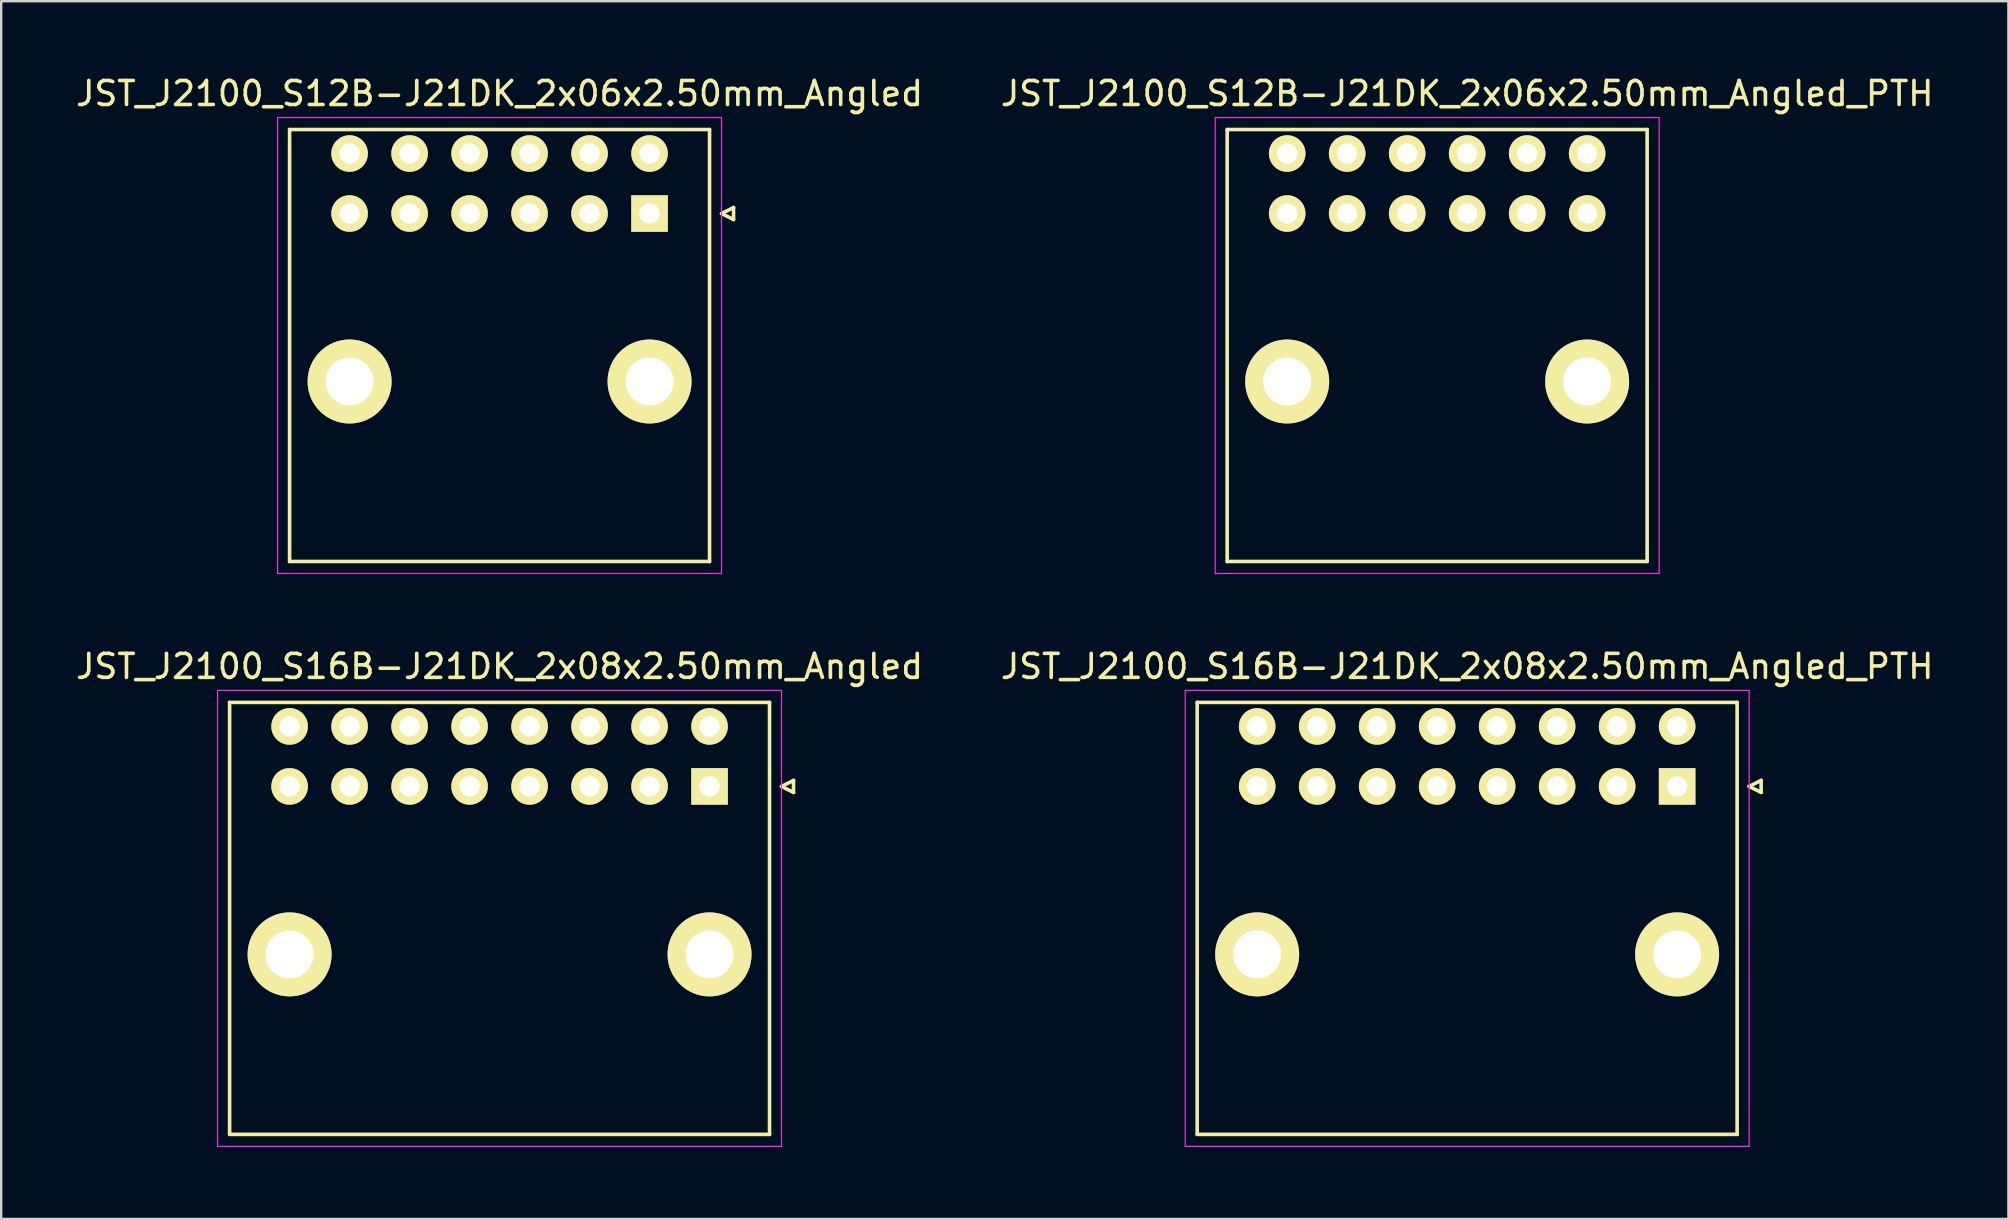
<source format=kicad_pcb>
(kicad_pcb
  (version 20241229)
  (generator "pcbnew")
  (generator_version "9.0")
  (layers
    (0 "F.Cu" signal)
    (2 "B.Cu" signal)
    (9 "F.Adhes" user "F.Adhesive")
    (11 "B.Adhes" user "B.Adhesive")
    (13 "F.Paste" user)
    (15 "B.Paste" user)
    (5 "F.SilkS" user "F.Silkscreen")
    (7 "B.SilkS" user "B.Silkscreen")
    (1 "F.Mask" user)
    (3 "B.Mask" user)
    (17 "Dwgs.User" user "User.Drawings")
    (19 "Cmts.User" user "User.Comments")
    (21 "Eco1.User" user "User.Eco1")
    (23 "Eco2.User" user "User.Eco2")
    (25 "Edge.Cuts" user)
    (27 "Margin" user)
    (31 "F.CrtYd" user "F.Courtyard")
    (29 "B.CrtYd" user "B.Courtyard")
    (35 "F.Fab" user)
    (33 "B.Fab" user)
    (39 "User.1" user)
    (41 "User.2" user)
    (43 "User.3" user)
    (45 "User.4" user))
  (footprint "JST_J2100_S16B-J21DK_2x08x2.50mm_Angled"
    (layer "F.Cu")
    (at 26.518 29.721)
    (property "Reference" "JST_J2100_S16B-J21DK_2x08x2.50mm_Angled" (at -8.75 -5 0) (layer "F.SilkS") (effects (font (size 1 1) (thickness 0.15))))
    (attr through_hole)
    (fp_line (start -20 -3.5) (end -20 14.5) (stroke (width 0.15) (type solid)) (layer "F.SilkS"))
    (fp_line (start 2.5 -3.5) (end -20 -3.5) (stroke (width 0.15) (type solid)) (layer "F.SilkS"))
    (fp_line (start 2.5 -3.5) (end 2.5 14.5) (stroke (width 0.15) (type solid)) (layer "F.SilkS"))
    (fp_line (start 2.5 14.5) (end -20 14.5) (stroke (width 0.15) (type solid)) (layer "F.SilkS"))
    (fp_line (start 3 0) (end 3.5 -0.25) (stroke (width 0.15) (type solid)) (layer "F.SilkS"))
    (fp_line (start 3.5 -0.25) (end 3.5 0.25) (stroke (width 0.15) (type solid)) (layer "F.SilkS"))
    (fp_line (start 3.5 0.25) (end 3 0) (stroke (width 0.15) (type solid)) (layer "F.SilkS"))
    (fp_line (start -20.5 -4) (end -20.5 15) (stroke (width 0.05) (type solid)) (layer "F.CrtYd"))
    (fp_line (start -20.5 15) (end 3 15) (stroke (width 0.05) (type solid)) (layer "F.CrtYd"))
    (fp_line (start 3 -4) (end -20.5 -4) (stroke (width 0.05) (type solid)) (layer "F.CrtYd"))
    (fp_line (start 3 15) (end 3 -4) (stroke (width 0.05) (type solid)) (layer "F.CrtYd"))
    (pad "" np_thru_hole circle (at -17.5 7) (size 3.5 3.5) (drill 2) (layers "*.Cu" "*.Mask" "F.SilkS"))
    (pad "" np_thru_hole circle (at 0 7) (size 3.5 3.5) (drill 2) (layers "*.Cu" "*.Mask" "F.SilkS"))
    (pad "1" thru_hole rect (at 0 0) (size 1.524 1.524) (drill 0.85) (layers "*.Cu" "*.Mask" "F.SilkS"))
    (pad "2" thru_hole circle (at 0 -2.5) (size 1.524 1.524) (drill 0.85) (layers "*.Cu" "*.Mask" "F.SilkS"))
    (pad "3" thru_hole circle (at -2.5 0) (size 1.524 1.524) (drill 0.85) (layers "*.Cu" "*.Mask" "F.SilkS"))
    (pad "4" thru_hole circle (at -2.5 -2.5) (size 1.524 1.524) (drill 0.85) (layers "*.Cu" "*.Mask" "F.SilkS"))
    (pad "5" thru_hole circle (at -5 0) (size 1.524 1.524) (drill 0.85) (layers "*.Cu" "*.Mask" "F.SilkS"))
    (pad "6" thru_hole circle (at -5 -2.5) (size 1.524 1.524) (drill 0.85) (layers "*.Cu" "*.Mask" "F.SilkS"))
    (pad "7" thru_hole circle (at -7.5 0) (size 1.524 1.524) (drill 0.85) (layers "*.Cu" "*.Mask" "F.SilkS"))
    (pad "8" thru_hole circle (at -7.5 -2.5) (size 1.524 1.524) (drill 0.85) (layers "*.Cu" "*.Mask" "F.SilkS"))
    (pad "9" thru_hole circle (at -10 0) (size 1.524 1.524) (drill 0.85) (layers "*.Cu" "*.Mask" "F.SilkS"))
    (pad "10" thru_hole circle (at -12.5 0) (size 1.524 1.524) (drill 0.85) (layers "*.Cu" "*.Mask" "F.SilkS"))
    (pad "10" thru_hole circle (at -10 -2.5) (size 1.524 1.524) (drill 0.85) (layers "*.Cu" "*.Mask" "F.SilkS"))
    (pad "12" thru_hole circle (at -12.5 -2.5) (size 1.524 1.524) (drill 0.85) (layers "*.Cu" "*.Mask" "F.SilkS"))
    (pad "13" thru_hole circle (at -15 0) (size 1.524 1.524) (drill 0.85) (layers "*.Cu" "*.Mask" "F.SilkS"))
    (pad "14" thru_hole circle (at -15 -2.5) (size 1.524 1.524) (drill 0.85) (layers "*.Cu" "*.Mask" "F.SilkS"))
    (pad "15" thru_hole circle (at -17.5 0) (size 1.524 1.524) (drill 0.85) (layers "*.Cu" "*.Mask" "F.SilkS"))
    (pad "16" thru_hole circle (at -17.5 -2.5) (size 1.524 1.524) (drill 0.85) (layers "*.Cu" "*.Mask" "F.SilkS")))
  (footprint "JST_J2100_S12B-J21DK_2x06x2.50mm_Angled_PTH"
    (layer "F.Cu")
    (at 63.089 5.848)
    (property "Reference" "JST_J2100_S12B-J21DK_2x06x2.50mm_Angled_PTH" (at -5 -5 0) (layer "F.SilkS") (effects (font (size 1 1) (thickness 0.15))))
    (attr through_hole)
    (fp_line (start -15 -3.5) (end -15 14.5) (stroke (width 0.15) (type solid)) (layer "F.SilkS"))
    (fp_line (start 2.5 -3.5) (end -15 -3.5) (stroke (width 0.15) (type solid)) (layer "F.SilkS"))
    (fp_line (start 2.5 -3.5) (end 2.5 14.5) (stroke (width 0.15) (type solid)) (layer "F.SilkS"))
    (fp_line (start 2.5 14.5) (end -15 14.5) (stroke (width 0.15) (type solid)) (layer "F.SilkS"))
    (fp_line (start -15.5 -4) (end -15.5 15) (stroke (width 0.05) (type solid)) (layer "F.CrtYd"))
    (fp_line (start -15.5 15) (end 3 15) (stroke (width 0.05) (type solid)) (layer "F.CrtYd"))
    (fp_line (start 3 -4) (end -15.5 -4) (stroke (width 0.05) (type solid)) (layer "F.CrtYd"))
    (fp_line (start 3 15) (end 3 -4) (stroke (width 0.05) (type solid)) (layer "F.CrtYd"))
    (pad "" np_thru_hole circle (at -12.5 7) (size 3.5 3.5) (drill 2) (layers "*.Cu" "*.Mask" "F.SilkS"))
    (pad "" np_thru_hole circle (at 0 7) (size 3.5 3.5) (drill 2) (layers "*.Cu" "*.Mask" "F.SilkS"))
    (pad "1" thru_hole circle (at 0 0) (size 1.524 1.524) (drill 0.85) (layers "*.Cu" "*.Mask" "F.SilkS"))
    (pad "2" thru_hole circle (at 0 -2.5) (size 1.524 1.524) (drill 0.85) (layers "*.Cu" "*.Mask" "F.SilkS"))
    (pad "3" thru_hole circle (at -2.5 0) (size 1.524 1.524) (drill 0.85) (layers "*.Cu" "*.Mask" "F.SilkS"))
    (pad "4" thru_hole circle (at -2.5 -2.5) (size 1.524 1.524) (drill 0.85) (layers "*.Cu" "*.Mask" "F.SilkS"))
    (pad "5" thru_hole circle (at -5 0) (size 1.524 1.524) (drill 0.85) (layers "*.Cu" "*.Mask" "F.SilkS"))
    (pad "6" thru_hole circle (at -5 -2.5) (size 1.524 1.524) (drill 0.85) (layers "*.Cu" "*.Mask" "F.SilkS"))
    (pad "7" thru_hole circle (at -7.5 0) (size 1.524 1.524) (drill 0.85) (layers "*.Cu" "*.Mask" "F.SilkS"))
    (pad "8" thru_hole circle (at -7.5 -2.5) (size 1.524 1.524) (drill 0.85) (layers "*.Cu" "*.Mask" "F.SilkS"))
    (pad "9" thru_hole circle (at -10 0) (size 1.524 1.524) (drill 0.85) (layers "*.Cu" "*.Mask" "F.SilkS"))
    (pad "10" thru_hole circle (at -12.5 0) (size 1.524 1.524) (drill 0.85) (layers "*.Cu" "*.Mask" "F.SilkS"))
    (pad "10" thru_hole circle (at -10 -2.5) (size 1.524 1.524) (drill 0.85) (layers "*.Cu" "*.Mask" "F.SilkS"))
    (pad "12" thru_hole circle (at -12.5 -2.5) (size 1.524 1.524) (drill 0.85) (layers "*.Cu" "*.Mask" "F.SilkS")))
  (footprint "JST_J2100_S12B-J21DK_2x06x2.50mm_Angled"
    (layer "F.Cu")
    (at 24.018 5.848)
    (property "Reference" "JST_J2100_S12B-J21DK_2x06x2.50mm_Angled" (at -6.25 -5 0) (layer "F.SilkS") (effects (font (size 1 1) (thickness 0.15))))
    (attr through_hole)
    (fp_line (start -15 -3.5) (end -15 14.5) (stroke (width 0.15) (type solid)) (layer "F.SilkS"))
    (fp_line (start 2.5 -3.5) (end -15 -3.5) (stroke (width 0.15) (type solid)) (layer "F.SilkS"))
    (fp_line (start 2.5 -3.5) (end 2.5 14.5) (stroke (width 0.15) (type solid)) (layer "F.SilkS"))
    (fp_line (start 2.5 14.5) (end -15 14.5) (stroke (width 0.15) (type solid)) (layer "F.SilkS"))
    (fp_line (start 3 0) (end 3.5 -0.25) (stroke (width 0.15) (type solid)) (layer "F.SilkS"))
    (fp_line (start 3.5 -0.25) (end 3.5 0.25) (stroke (width 0.15) (type solid)) (layer "F.SilkS"))
    (fp_line (start 3.5 0.25) (end 3 0) (stroke (width 0.15) (type solid)) (layer "F.SilkS"))
    (fp_line (start -15.5 -4) (end -15.5 15) (stroke (width 0.05) (type solid)) (layer "F.CrtYd"))
    (fp_line (start -15.5 15) (end 3 15) (stroke (width 0.05) (type solid)) (layer "F.CrtYd"))
    (fp_line (start 3 -4) (end -15.5 -4) (stroke (width 0.05) (type solid)) (layer "F.CrtYd"))
    (fp_line (start 3 15) (end 3 -4) (stroke (width 0.05) (type solid)) (layer "F.CrtYd"))
    (pad "" np_thru_hole circle (at -12.5 7) (size 3.5 3.5) (drill 2) (layers "*.Cu" "*.Mask" "F.SilkS"))
    (pad "" np_thru_hole circle (at 0 7) (size 3.5 3.5) (drill 2) (layers "*.Cu" "*.Mask" "F.SilkS"))
    (pad "1" thru_hole rect (at 0 0) (size 1.524 1.524) (drill 0.85) (layers "*.Cu" "*.Mask" "F.SilkS"))
    (pad "2" thru_hole circle (at 0 -2.5) (size 1.524 1.524) (drill 0.85) (layers "*.Cu" "*.Mask" "F.SilkS"))
    (pad "3" thru_hole circle (at -2.5 0) (size 1.524 1.524) (drill 0.85) (layers "*.Cu" "*.Mask" "F.SilkS"))
    (pad "4" thru_hole circle (at -2.5 -2.5) (size 1.524 1.524) (drill 0.85) (layers "*.Cu" "*.Mask" "F.SilkS"))
    (pad "5" thru_hole circle (at -5 0) (size 1.524 1.524) (drill 0.85) (layers "*.Cu" "*.Mask" "F.SilkS"))
    (pad "6" thru_hole circle (at -5 -2.5) (size 1.524 1.524) (drill 0.85) (layers "*.Cu" "*.Mask" "F.SilkS"))
    (pad "7" thru_hole circle (at -7.5 0) (size 1.524 1.524) (drill 0.85) (layers "*.Cu" "*.Mask" "F.SilkS"))
    (pad "8" thru_hole circle (at -7.5 -2.5) (size 1.524 1.524) (drill 0.85) (layers "*.Cu" "*.Mask" "F.SilkS"))
    (pad "9" thru_hole circle (at -10 0) (size 1.524 1.524) (drill 0.85) (layers "*.Cu" "*.Mask" "F.SilkS"))
    (pad "10" thru_hole circle (at -12.5 0) (size 1.524 1.524) (drill 0.85) (layers "*.Cu" "*.Mask" "F.SilkS"))
    (pad "10" thru_hole circle (at -10 -2.5) (size 1.524 1.524) (drill 0.85) (layers "*.Cu" "*.Mask" "F.SilkS"))
    (pad "12" thru_hole circle (at -12.5 -2.5) (size 1.524 1.524) (drill 0.85) (layers "*.Cu" "*.Mask" "F.SilkS")))
  (footprint "JST_J2100_S16B-J21DK_2x08x2.50mm_Angled_PTH"
    (layer "F.Cu")
    (at 66.839 29.721)
    (property "Reference" "JST_J2100_S16B-J21DK_2x08x2.50mm_Angled_PTH" (at -8.75 -5 0) (layer "F.SilkS") (effects (font (size 1 1) (thickness 0.15))))
    (attr through_hole)
    (fp_line (start -20 -3.5) (end -20 14.5) (stroke (width 0.15) (type solid)) (layer "F.SilkS"))
    (fp_line (start 2.5 -3.5) (end -20 -3.5) (stroke (width 0.15) (type solid)) (layer "F.SilkS"))
    (fp_line (start 2.5 -3.5) (end 2.5 14.5) (stroke (width 0.15) (type solid)) (layer "F.SilkS"))
    (fp_line (start 2.5 14.5) (end -20 14.5) (stroke (width 0.15) (type solid)) (layer "F.SilkS"))
    (fp_line (start 3 0) (end 3.5 -0.25) (stroke (width 0.15) (type solid)) (layer "F.SilkS"))
    (fp_line (start 3.5 -0.25) (end 3.5 0.25) (stroke (width 0.15) (type solid)) (layer "F.SilkS"))
    (fp_line (start 3.5 0.25) (end 3 0) (stroke (width 0.15) (type solid)) (layer "F.SilkS"))
    (fp_line (start -20.5 -4) (end -20.5 15) (stroke (width 0.05) (type solid)) (layer "F.CrtYd"))
    (fp_line (start -20.5 15) (end 3 15) (stroke (width 0.05) (type solid)) (layer "F.CrtYd"))
    (fp_line (start 3 -4) (end -20.5 -4) (stroke (width 0.05) (type solid)) (layer "F.CrtYd"))
    (fp_line (start 3 15) (end 3 -4) (stroke (width 0.05) (type solid)) (layer "F.CrtYd"))
    (pad "" np_thru_hole circle (at -17.5 7) (size 3.5 3.5) (drill 2) (layers "*.Cu" "*.Mask" "F.SilkS"))
    (pad "" np_thru_hole circle (at 0 7) (size 3.5 3.5) (drill 2) (layers "*.Cu" "*.Mask" "F.SilkS"))
    (pad "1" thru_hole rect (at 0 0) (size 1.524 1.524) (drill 0.85) (layers "*.Cu" "*.Mask" "F.SilkS"))
    (pad "2" thru_hole circle (at 0 -2.5) (size 1.524 1.524) (drill 0.85) (layers "*.Cu" "*.Mask" "F.SilkS"))
    (pad "3" thru_hole circle (at -2.5 0) (size 1.524 1.524) (drill 0.85) (layers "*.Cu" "*.Mask" "F.SilkS"))
    (pad "4" thru_hole circle (at -2.5 -2.5) (size 1.524 1.524) (drill 0.85) (layers "*.Cu" "*.Mask" "F.SilkS"))
    (pad "5" thru_hole circle (at -5 0) (size 1.524 1.524) (drill 0.85) (layers "*.Cu" "*.Mask" "F.SilkS"))
    (pad "6" thru_hole circle (at -5 -2.5) (size 1.524 1.524) (drill 0.85) (layers "*.Cu" "*.Mask" "F.SilkS"))
    (pad "7" thru_hole circle (at -7.5 0) (size 1.524 1.524) (drill 0.85) (layers "*.Cu" "*.Mask" "F.SilkS"))
    (pad "8" thru_hole circle (at -7.5 -2.5) (size 1.524 1.524) (drill 0.85) (layers "*.Cu" "*.Mask" "F.SilkS"))
    (pad "9" thru_hole circle (at -10 0) (size 1.524 1.524) (drill 0.85) (layers "*.Cu" "*.Mask" "F.SilkS"))
    (pad "10" thru_hole circle (at -12.5 0) (size 1.524 1.524) (drill 0.85) (layers "*.Cu" "*.Mask" "F.SilkS"))
    (pad "10" thru_hole circle (at -10 -2.5) (size 1.524 1.524) (drill 0.85) (layers "*.Cu" "*.Mask" "F.SilkS"))
    (pad "12" thru_hole circle (at -12.5 -2.5) (size 1.524 1.524) (drill 0.85) (layers "*.Cu" "*.Mask" "F.SilkS"))
    (pad "13" thru_hole circle (at -15 0) (size 1.524 1.524) (drill 0.85) (layers "*.Cu" "*.Mask" "F.SilkS"))
    (pad "14" thru_hole circle (at -15 -2.5) (size 1.524 1.524) (drill 0.85) (layers "*.Cu" "*.Mask" "F.SilkS"))
    (pad "15" thru_hole circle (at -17.5 0) (size 1.524 1.524) (drill 0.85) (layers "*.Cu" "*.Mask" "F.SilkS"))
    (pad "16" thru_hole circle (at -17.5 -2.5) (size 1.524 1.524) (drill 0.85) (layers "*.Cu" "*.Mask" "F.SilkS")))
  (gr_rect
    (start -3 -3)
    (end 80.643 47.746)
    (stroke (width 0.1) (type default))
    (fill no)
    (layer "Edge.Cuts")))
</source>
